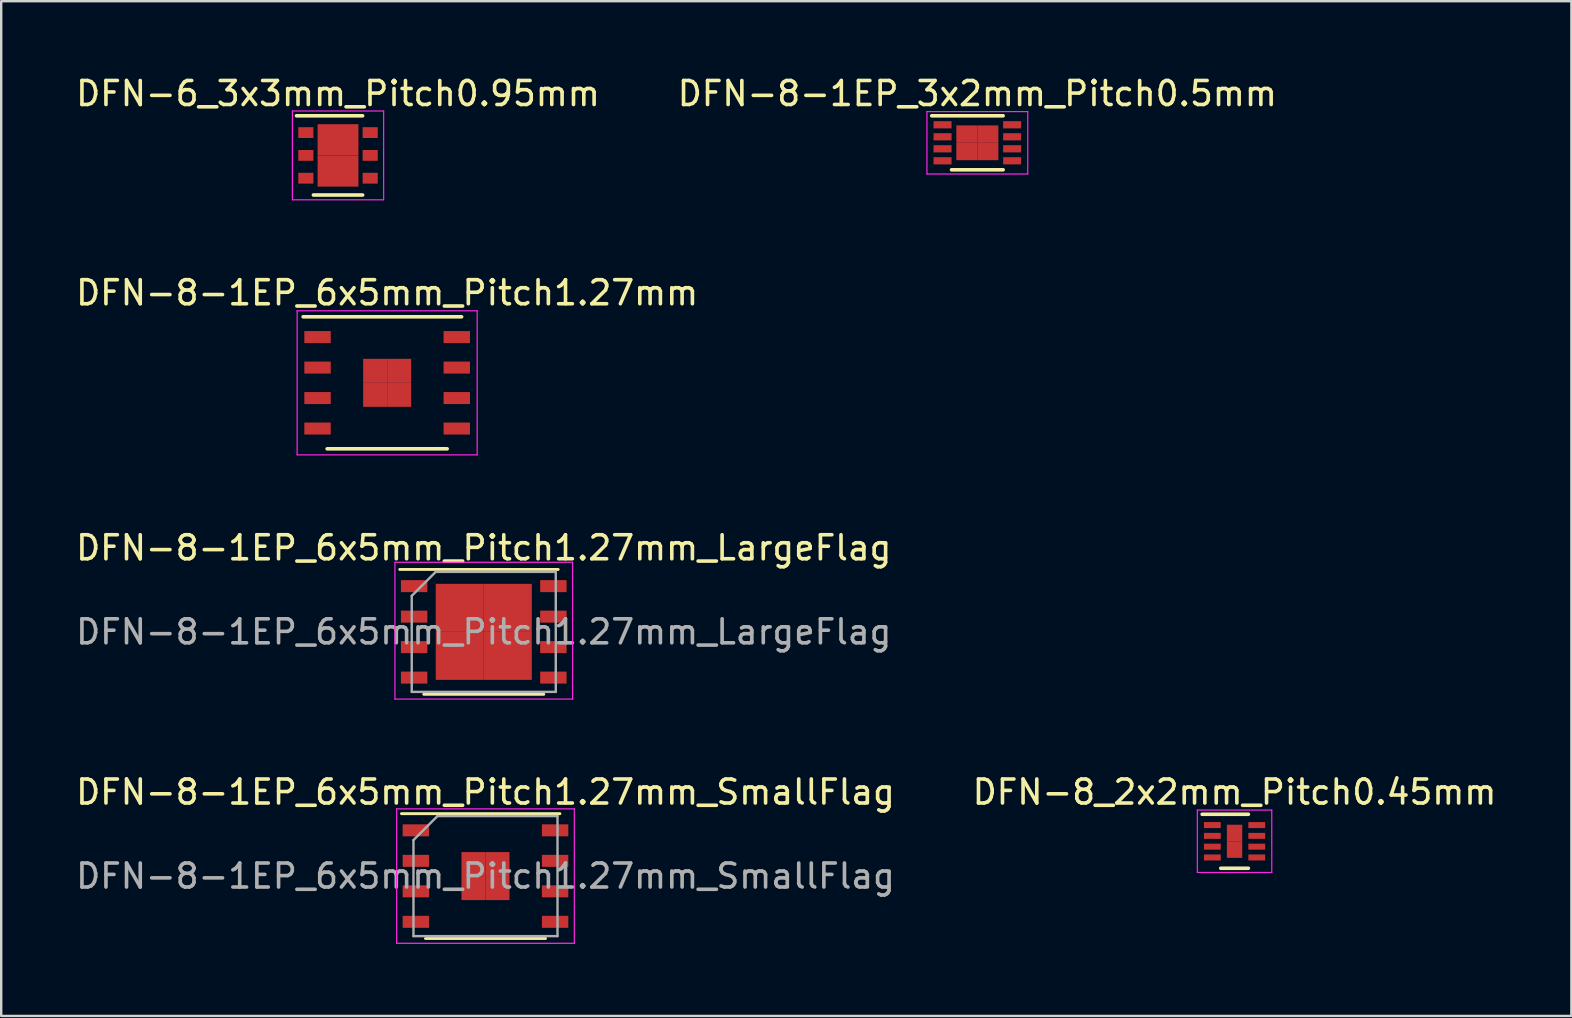
<source format=kicad_pcb>
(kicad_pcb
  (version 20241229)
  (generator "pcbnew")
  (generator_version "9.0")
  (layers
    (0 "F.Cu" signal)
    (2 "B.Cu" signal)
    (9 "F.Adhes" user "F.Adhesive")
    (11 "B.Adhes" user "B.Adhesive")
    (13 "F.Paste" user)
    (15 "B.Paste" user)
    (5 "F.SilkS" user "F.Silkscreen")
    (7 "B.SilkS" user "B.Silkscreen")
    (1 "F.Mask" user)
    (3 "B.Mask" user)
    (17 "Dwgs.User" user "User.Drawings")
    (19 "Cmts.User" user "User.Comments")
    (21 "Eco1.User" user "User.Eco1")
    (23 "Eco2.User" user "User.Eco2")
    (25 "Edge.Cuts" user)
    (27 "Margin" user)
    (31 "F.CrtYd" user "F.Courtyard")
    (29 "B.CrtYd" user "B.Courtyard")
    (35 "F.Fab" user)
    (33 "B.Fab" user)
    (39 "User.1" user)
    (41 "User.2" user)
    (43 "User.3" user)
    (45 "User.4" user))
  (footprint "DFN-6_3x3mm_Pitch0.95mm"
    (layer "F.Cu")
    (at 11.03 3.423)
    (property "Reference" "DFN-6_3x3mm_Pitch0.95mm" (at 0 -2.575 0) (layer "F.SilkS") (effects (font (size 1 1) (thickness 0.15))))
    (attr smd)
    (fp_line (start -1.73 -1.65) (end 1.025 -1.65) (stroke (width 0.15) (type solid)) (layer "F.SilkS"))
    (fp_line (start -1.025 1.65) (end 1.025 1.65) (stroke (width 0.15) (type solid)) (layer "F.SilkS"))
    (fp_line (start -1.9 -1.85) (end -1.9 1.85) (stroke (width 0.05) (type solid)) (layer "F.CrtYd"))
    (fp_line (start -1.9 -1.85) (end 1.9 -1.85) (stroke (width 0.05) (type solid)) (layer "F.CrtYd"))
    (fp_line (start -1.9 1.85) (end 1.9 1.85) (stroke (width 0.05) (type solid)) (layer "F.CrtYd"))
    (fp_line (start 1.9 -1.85) (end 1.9 1.85) (stroke (width 0.05) (type solid)) (layer "F.CrtYd"))
    (pad "1" smd rect (at -1.34 -0.95) (size 0.63 0.45) (layers "F.Cu" "F.Mask" "F.Paste"))
    (pad "2" smd rect (at -1.34 0) (size 0.63 0.45) (layers "F.Cu" "F.Mask" "F.Paste"))
    (pad "3" smd rect (at -1.34 0.95) (size 0.63 0.45) (layers "F.Cu" "F.Mask" "F.Paste"))
    (pad "4" smd rect (at 1.34 0.95) (size 0.63 0.45) (layers "F.Cu" "F.Mask" "F.Paste"))
    (pad "5" smd rect (at 1.34 0) (size 0.63 0.45) (layers "F.Cu" "F.Mask" "F.Paste"))
    (pad "6" smd rect (at 1.34 -0.95) (size 0.63 0.45) (layers "F.Cu" "F.Mask" "F.Paste"))
    (pad "7" smd rect (at -0.425 -0.65) (size 0.85 1.3) (layers "F.Cu" "F.Mask" "F.Paste"))
    (pad "7" smd rect (at -0.425 0.65) (size 0.85 1.3) (layers "F.Cu" "F.Mask" "F.Paste"))
    (pad "7" smd rect (at 0.425 -0.65) (size 0.85 1.3) (layers "F.Cu" "F.Mask" "F.Paste"))
    (pad "7" smd rect (at 0.425 0.65) (size 0.85 1.3) (layers "F.Cu" "F.Mask" "F.Paste")))
  (footprint "DFN-8-1EP_6x5mm_Pitch1.27mm_LargeFlag"
    (layer "F.Cu")
    (at 17.101 23.27)
    (property "Reference" "DFN-8-1EP_6x5mm_Pitch1.27mm_LargeFlag" (at 0 -3.5 0) (layer "F.SilkS") (effects (font (size 1 1) (thickness 0.15))))
    (attr smd)
    (fp_line (start -3.5 -2.6) (end 3.1 -2.6) (stroke (width 0.12) (type solid)) (layer "F.SilkS"))
    (fp_line (start -2.5 2.6) (end 2.5 2.6) (stroke (width 0.12) (type solid)) (layer "F.SilkS"))
    (fp_line (start -3.7 -2.9) (end 3.7 -2.9) (stroke (width 0.05) (type solid)) (layer "F.CrtYd"))
    (fp_line (start -3.7 2.8) (end -3.7 -2.9) (stroke (width 0.05) (type solid)) (layer "F.CrtYd"))
    (fp_line (start 3.7 -2.9) (end 3.7 2.8) (stroke (width 0.05) (type solid)) (layer "F.CrtYd"))
    (fp_line (start 3.7 2.8) (end -3.7 2.8) (stroke (width 0.05) (type solid)) (layer "F.CrtYd"))
    (fp_line (start -3 2.5) (end -3 -1.5) (stroke (width 0.1) (type solid)) (layer "F.Fab"))
    (fp_line (start -2 -2.5) (end -3 -1.5) (stroke (width 0.1) (type solid)) (layer "F.Fab"))
    (fp_line (start -2 -2.5) (end 3 -2.5) (stroke (width 0.1) (type solid)) (layer "F.Fab"))
    (fp_line (start 3 -2.5) (end 3 2.5) (stroke (width 0.1) (type solid)) (layer "F.Fab"))
    (fp_line (start 3 2.5) (end -3 2.5) (stroke (width 0.1) (type solid)) (layer "F.Fab"))
    (fp_text user "${REFERENCE}" (at 0 0 0) (layer "F.Fab") (effects (font (size 1 1) (thickness 0.15))))
    (pad "1" smd rect (at -2.9 -1.905 270) (size 0.5 1.1) (layers "F.Cu" "F.Mask" "F.Paste"))
    (pad "2" smd rect (at -2.9 -0.635 270) (size 0.5 1.1) (layers "F.Cu" "F.Mask" "F.Paste"))
    (pad "3" smd rect (at -2.9 0.635 270) (size 0.5 1.1) (layers "F.Cu" "F.Mask" "F.Paste"))
    (pad "4" smd rect (at -2.9 1.905 270) (size 0.5 1.1) (layers "F.Cu" "F.Mask" "F.Paste"))
    (pad "5" smd rect (at 2.9 1.905 270) (size 0.5 1.1) (layers "F.Cu" "F.Mask" "F.Paste"))
    (pad "6" smd rect (at 2.9 0.635 270) (size 0.5 1.1) (layers "F.Cu" "F.Mask" "F.Paste"))
    (pad "7" smd rect (at 2.9 -0.635 270) (size 0.5 1.1) (layers "F.Cu" "F.Mask" "F.Paste"))
    (pad "8" smd rect (at 2.9 -1.905 270) (size 0.5 1.1) (layers "F.Cu" "F.Mask" "F.Paste"))
    (pad "9" smd rect (at -1 -1 270) (size 2 2) (layers "F.Cu" "F.Mask" "F.Paste"))
    (pad "9" smd rect (at -1 1 270) (size 2 2) (layers "F.Cu" "F.Mask" "F.Paste"))
    (pad "9" smd rect (at 1 -1 270) (size 2 2) (layers "F.Cu" "F.Mask" "F.Paste"))
    (pad "9" smd rect (at 1 1 270) (size 2 2) (layers "F.Cu" "F.Mask" "F.Paste")))
  (footprint "DFN-8_2x2mm_Pitch0.45mm"
    (layer "F.Cu")
    (at 48.375 31.993)
    (property "Reference" "DFN-8_2x2mm_Pitch0.45mm" (at 0 -2.05 0) (layer "F.SilkS") (effects (font (size 1 1) (thickness 0.15))))
    (attr smd)
    (fp_line (start -1.35 -1.125) (end 0.575 -1.125) (stroke (width 0.15) (type solid)) (layer "F.SilkS"))
    (fp_line (start -0.575 1.125) (end 0.575 1.125) (stroke (width 0.15) (type solid)) (layer "F.SilkS"))
    (fp_line (start -1.55 -1.3) (end -1.55 1.3) (stroke (width 0.05) (type solid)) (layer "F.CrtYd"))
    (fp_line (start -1.55 -1.3) (end 1.55 -1.3) (stroke (width 0.05) (type solid)) (layer "F.CrtYd"))
    (fp_line (start -1.55 1.3) (end 1.55 1.3) (stroke (width 0.05) (type solid)) (layer "F.CrtYd"))
    (fp_line (start 1.55 -1.3) (end 1.55 1.3) (stroke (width 0.05) (type solid)) (layer "F.CrtYd"))
    (pad "1" smd rect (at -0.925 -0.675) (size 0.7 0.25) (layers "F.Cu" "F.Mask" "F.Paste"))
    (pad "2" smd rect (at -0.925 -0.225) (size 0.7 0.25) (layers "F.Cu" "F.Mask" "F.Paste"))
    (pad "3" smd rect (at -0.925 0.225) (size 0.7 0.25) (layers "F.Cu" "F.Mask" "F.Paste"))
    (pad "4" smd rect (at -0.925 0.675) (size 0.7 0.25) (layers "F.Cu" "F.Mask" "F.Paste"))
    (pad "5" smd rect (at 0.925 0.675) (size 0.7 0.25) (layers "F.Cu" "F.Mask" "F.Paste"))
    (pad "6" smd rect (at 0.925 0.225) (size 0.7 0.25) (layers "F.Cu" "F.Mask" "F.Paste"))
    (pad "7" smd rect (at 0.925 -0.225) (size 0.7 0.25) (layers "F.Cu" "F.Mask" "F.Paste"))
    (pad "8" smd rect (at 0.925 -0.675) (size 0.7 0.25) (layers "F.Cu" "F.Mask" "F.Paste"))
    (pad "9" smd rect (at 0 -0.345) (size 0.64 0.69) (layers "F.Cu" "F.Mask" "F.Paste"))
    (pad "9" smd rect (at 0 0.345) (size 0.64 0.69) (layers "F.Cu" "F.Mask" "F.Paste")))
  (footprint "DFN-8-1EP_6x5mm_Pitch1.27mm"
    (layer "F.Cu")
    (at 13.077 12.896)
    (property "Reference" "DFN-8-1EP_6x5mm_Pitch1.27mm" (at 0 -3.75 0) (layer "F.SilkS") (effects (font (size 1 1) (thickness 0.15))))
    (attr smd)
    (fp_line (start -3.5 -2.75) (end 3.1 -2.75) (stroke (width 0.15) (type solid)) (layer "F.SilkS"))
    (fp_line (start -2.5 2.75) (end 2.5 2.75) (stroke (width 0.15) (type solid)) (layer "F.SilkS"))
    (fp_line (start -3.75 -3) (end 3.75 -3) (stroke (width 0.05) (type solid)) (layer "F.CrtYd"))
    (fp_line (start -3.75 3) (end -3.75 -3) (stroke (width 0.05) (type solid)) (layer "F.CrtYd"))
    (fp_line (start 3.75 -3) (end 3.75 3) (stroke (width 0.05) (type solid)) (layer "F.CrtYd"))
    (fp_line (start 3.75 3) (end -3.75 3) (stroke (width 0.05) (type solid)) (layer "F.CrtYd"))
    (pad "1" smd rect (at -2.9 -1.905 270) (size 0.5 1.1) (layers "F.Cu" "F.Mask" "F.Paste"))
    (pad "2" smd rect (at -2.9 -0.635 270) (size 0.5 1.1) (layers "F.Cu" "F.Mask" "F.Paste"))
    (pad "3" smd rect (at -2.9 0.635 270) (size 0.5 1.1) (layers "F.Cu" "F.Mask" "F.Paste"))
    (pad "4" smd rect (at -2.9 1.905 270) (size 0.5 1.1) (layers "F.Cu" "F.Mask" "F.Paste"))
    (pad "5" smd rect (at 2.9 1.905 270) (size 0.5 1.1) (layers "F.Cu" "F.Mask" "F.Paste"))
    (pad "6" smd rect (at 2.9 0.635 270) (size 0.5 1.1) (layers "F.Cu" "F.Mask" "F.Paste"))
    (pad "7" smd rect (at 2.9 -0.635 270) (size 0.5 1.1) (layers "F.Cu" "F.Mask" "F.Paste"))
    (pad "8" smd rect (at 2.9 -1.905 270) (size 0.5 1.1) (layers "F.Cu" "F.Mask" "F.Paste"))
    (pad "9" smd rect (at -0.5 -0.5 270) (size 1 1) (layers "F.Cu" "F.Mask" "F.Paste"))
    (pad "9" smd rect (at -0.5 0.5 270) (size 1 1) (layers "F.Cu" "F.Mask" "F.Paste"))
    (pad "9" smd rect (at 0.5 -0.5 270) (size 1 1) (layers "F.Cu" "F.Mask" "F.Paste"))
    (pad "9" smd rect (at 0.5 0.5 270) (size 1 1) (layers "F.Cu" "F.Mask" "F.Paste")))
  (footprint "DFN-8-1EP_3x2mm_Pitch0.5mm"
    (layer "F.Cu")
    (at 37.661 2.898)
    (property "Reference" "DFN-8-1EP_3x2mm_Pitch0.5mm" (at 0 -2.05 0) (layer "F.SilkS") (effects (font (size 1 1) (thickness 0.15))))
    (attr smd)
    (fp_line (start -1.9 -1.125) (end 1.075 -1.125) (stroke (width 0.15) (type solid)) (layer "F.SilkS"))
    (fp_line (start -1.075 1.125) (end 1.075 1.125) (stroke (width 0.15) (type solid)) (layer "F.SilkS"))
    (fp_line (start -2.1 -1.3) (end -2.1 1.3) (stroke (width 0.05) (type solid)) (layer "F.CrtYd"))
    (fp_line (start -2.1 -1.3) (end 2.1 -1.3) (stroke (width 0.05) (type solid)) (layer "F.CrtYd"))
    (fp_line (start -2.1 1.3) (end 2.1 1.3) (stroke (width 0.05) (type solid)) (layer "F.CrtYd"))
    (fp_line (start 2.1 -1.3) (end 2.1 1.3) (stroke (width 0.05) (type solid)) (layer "F.CrtYd"))
    (pad "1" smd rect (at -1.45 -0.75) (size 0.75 0.3) (layers "F.Cu" "F.Mask" "F.Paste"))
    (pad "2" smd rect (at -1.45 -0.25) (size 0.75 0.3) (layers "F.Cu" "F.Mask" "F.Paste"))
    (pad "3" smd rect (at -1.45 0.25) (size 0.75 0.3) (layers "F.Cu" "F.Mask" "F.Paste"))
    (pad "4" smd rect (at -1.45 0.75) (size 0.75 0.3) (layers "F.Cu" "F.Mask" "F.Paste"))
    (pad "5" smd rect (at 1.45 0.75) (size 0.75 0.3) (layers "F.Cu" "F.Mask" "F.Paste"))
    (pad "6" smd rect (at 1.45 0.25) (size 0.75 0.3) (layers "F.Cu" "F.Mask" "F.Paste"))
    (pad "7" smd rect (at 1.45 -0.25) (size 0.75 0.3) (layers "F.Cu" "F.Mask" "F.Paste"))
    (pad "8" smd rect (at 1.45 -0.75) (size 0.75 0.3) (layers "F.Cu" "F.Mask" "F.Paste"))
    (pad "9" smd rect (at -0.438 -0.362) (size 0.875 0.725) (layers "F.Cu" "F.Mask" "F.Paste"))
    (pad "9" smd rect (at -0.438 0.362) (size 0.875 0.725) (layers "F.Cu" "F.Mask" "F.Paste"))
    (pad "9" smd rect (at 0.438 -0.362) (size 0.875 0.725) (layers "F.Cu" "F.Mask" "F.Paste"))
    (pad "9" smd rect (at 0.438 0.362) (size 0.875 0.725) (layers "F.Cu" "F.Mask" "F.Paste")))
  (footprint "DFN-8-1EP_6x5mm_Pitch1.27mm_SmallFlag"
    (layer "F.Cu")
    (at 17.173 33.443)
    (property "Reference" "DFN-8-1EP_6x5mm_Pitch1.27mm_SmallFlag" (at 0 -3.5 0) (layer "F.SilkS") (effects (font (size 1 1) (thickness 0.15))))
    (attr smd)
    (fp_line (start -3.5 -2.6) (end 3.1 -2.6) (stroke (width 0.12) (type solid)) (layer "F.SilkS"))
    (fp_line (start -2.5 2.6) (end 2.5 2.6) (stroke (width 0.12) (type solid)) (layer "F.SilkS"))
    (fp_line (start -3.7 -2.8) (end 3.7 -2.8) (stroke (width 0.05) (type solid)) (layer "F.CrtYd"))
    (fp_line (start -3.7 2.8) (end -3.7 -2.8) (stroke (width 0.05) (type solid)) (layer "F.CrtYd"))
    (fp_line (start 3.7 -2.8) (end 3.7 2.8) (stroke (width 0.05) (type solid)) (layer "F.CrtYd"))
    (fp_line (start 3.7 2.8) (end -3.7 2.8) (stroke (width 0.05) (type solid)) (layer "F.CrtYd"))
    (fp_line (start -3 2.5) (end -3 -1.5) (stroke (width 0.1) (type solid)) (layer "F.Fab"))
    (fp_line (start -2 -2.5) (end -3 -1.5) (stroke (width 0.1) (type solid)) (layer "F.Fab"))
    (fp_line (start -2 -2.5) (end 3 -2.5) (stroke (width 0.1) (type solid)) (layer "F.Fab"))
    (fp_line (start 3 -2.5) (end 3 2.5) (stroke (width 0.1) (type solid)) (layer "F.Fab"))
    (fp_line (start 3 2.5) (end -3 2.5) (stroke (width 0.1) (type solid)) (layer "F.Fab"))
    (fp_text user "${REFERENCE}" (at 0 0 0) (layer "F.Fab") (effects (font (size 1 1) (thickness 0.15))))
    (pad "1" smd rect (at -2.9 -1.905 270) (size 0.5 1.1) (layers "F.Cu" "F.Mask" "F.Paste"))
    (pad "2" smd rect (at -2.9 -0.635 270) (size 0.5 1.1) (layers "F.Cu" "F.Mask" "F.Paste"))
    (pad "3" smd rect (at -2.9 0.635 270) (size 0.5 1.1) (layers "F.Cu" "F.Mask" "F.Paste"))
    (pad "4" smd rect (at -2.9 1.905 270) (size 0.5 1.1) (layers "F.Cu" "F.Mask" "F.Paste"))
    (pad "5" smd rect (at 2.9 1.905 270) (size 0.5 1.1) (layers "F.Cu" "F.Mask" "F.Paste"))
    (pad "6" smd rect (at 2.9 0.635 270) (size 0.5 1.1) (layers "F.Cu" "F.Mask" "F.Paste"))
    (pad "7" smd rect (at 2.9 -0.635 270) (size 0.5 1.1) (layers "F.Cu" "F.Mask" "F.Paste"))
    (pad "8" smd rect (at 2.9 -1.905 270) (size 0.5 1.1) (layers "F.Cu" "F.Mask" "F.Paste"))
    (pad "9" smd rect (at -0.5 -0.5 270) (size 1 1) (layers "F.Cu" "F.Mask" "F.Paste"))
    (pad "9" smd rect (at -0.5 0.5 270) (size 1 1) (layers "F.Cu" "F.Mask" "F.Paste"))
    (pad "9" smd rect (at 0.5 -0.5 270) (size 1 1) (layers "F.Cu" "F.Mask" "F.Paste"))
    (pad "9" smd rect (at 0.5 0.5 270) (size 1 1) (layers "F.Cu" "F.Mask" "F.Paste")))
  (gr_rect
    (start -3 -3)
    (end 62.405 39.268)
    (stroke (width 0.1) (type default))
    (fill no)
    (layer "Edge.Cuts")))
</source>
